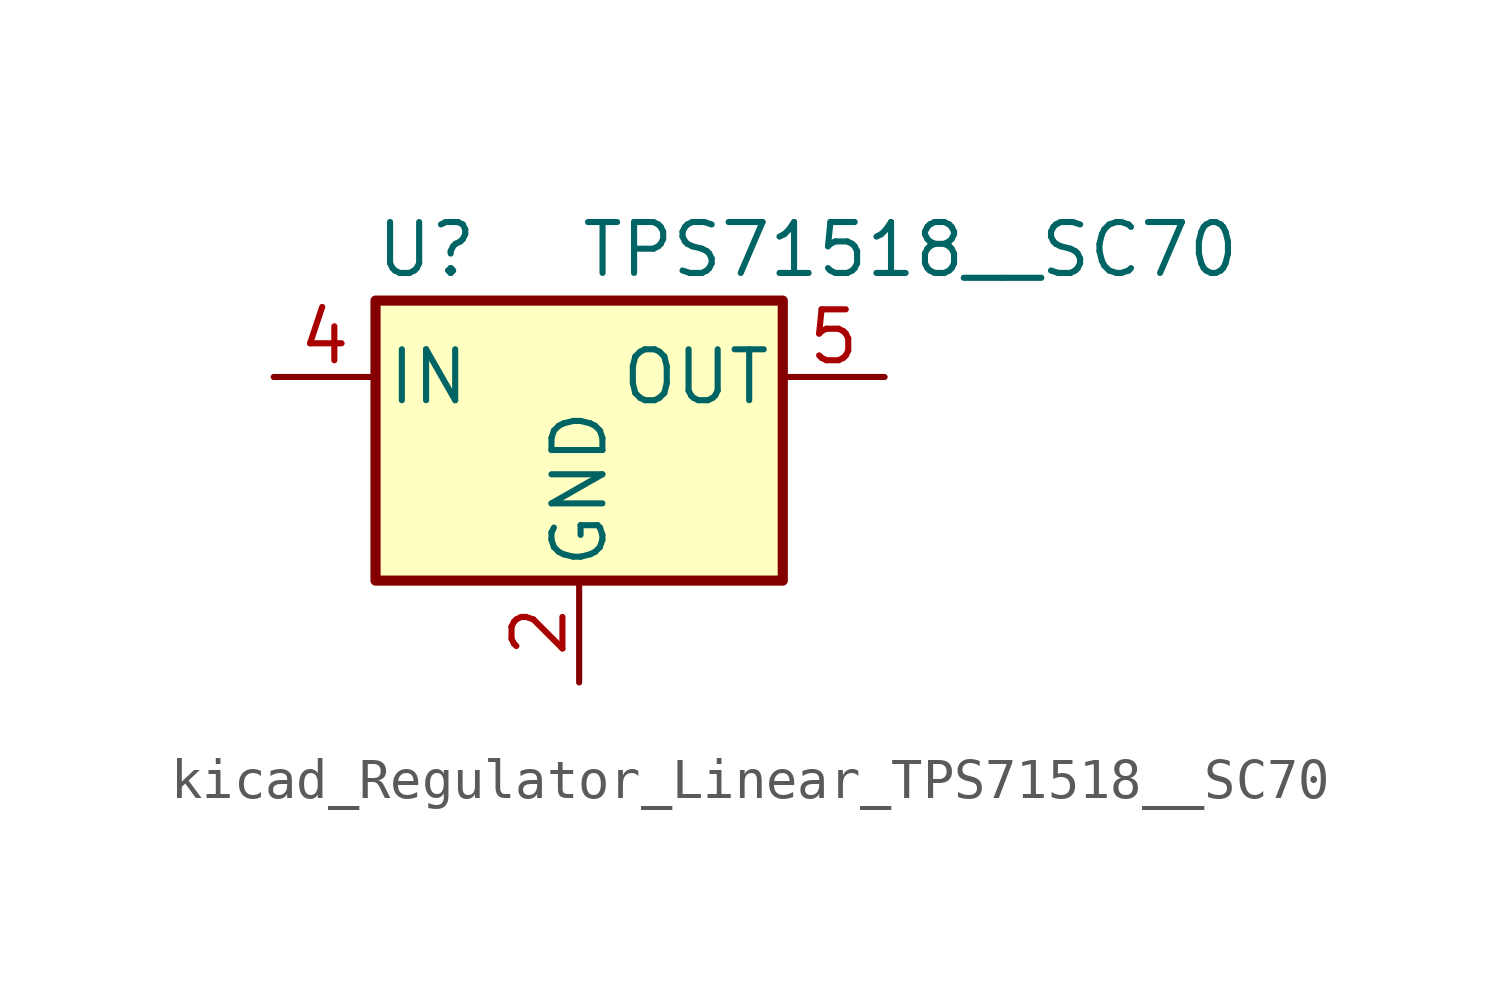
<source format=kicad_sym>
(kicad_symbol_lib
  (version 20220914)
  (generator kicad_symbol_editor)
  (symbol "kicad_Regulator_Linear_TPS71518__SC70"
    (pin_names
      (offset 0.254))
    (property "Reference" "U"
      (at -3.81 3.175 0)
      (effects (font (size 1.27 1.27))))
    (property "Value" "TPS71518__SC70"
      (at 0 3.175 0)
      (effects (font (size 1.27 1.27)) (justify left)))
    (symbol "kicad_Regulator_Linear_TPS71518__SC70_0_1"
      (rectangle (start -5.08 1.905) (end 5.08 -5.08) (stroke (width 0.254) (type default)) (fill (type background))))
    (symbol "kicad_Regulator_Linear_TPS71518__SC70_1_1"
      (pin no_connect line (at 5.08 -2.54 180) (length 2.54) hide (name "NC" (effects (font (size 1.27 1.27)))) (number "1" (effects (font (size 1.27 1.27)))))
      (pin power_in line (at 0 -7.62 90) (length 2.54) (name "GND" (effects (font (size 1.27 1.27)))) (number "2" (effects (font (size 1.27 1.27)))))
      (pin no_connect line (at -5.08 -2.54 0) (length 2.54) hide (name "NC" (effects (font (size 1.27 1.27)))) (number "3" (effects (font (size 1.27 1.27)))))
      (pin power_in line (at -7.62 0 0) (length 2.54) (name "IN" (effects (font (size 1.27 1.27)))) (number "4" (effects (font (size 1.27 1.27)))))
      (pin power_out line (at 7.62 0 180) (length 2.54) (name "OUT" (effects (font (size 1.27 1.27)))) (number "5" (effects (font (size 1.27 1.27))))))))
</source>
